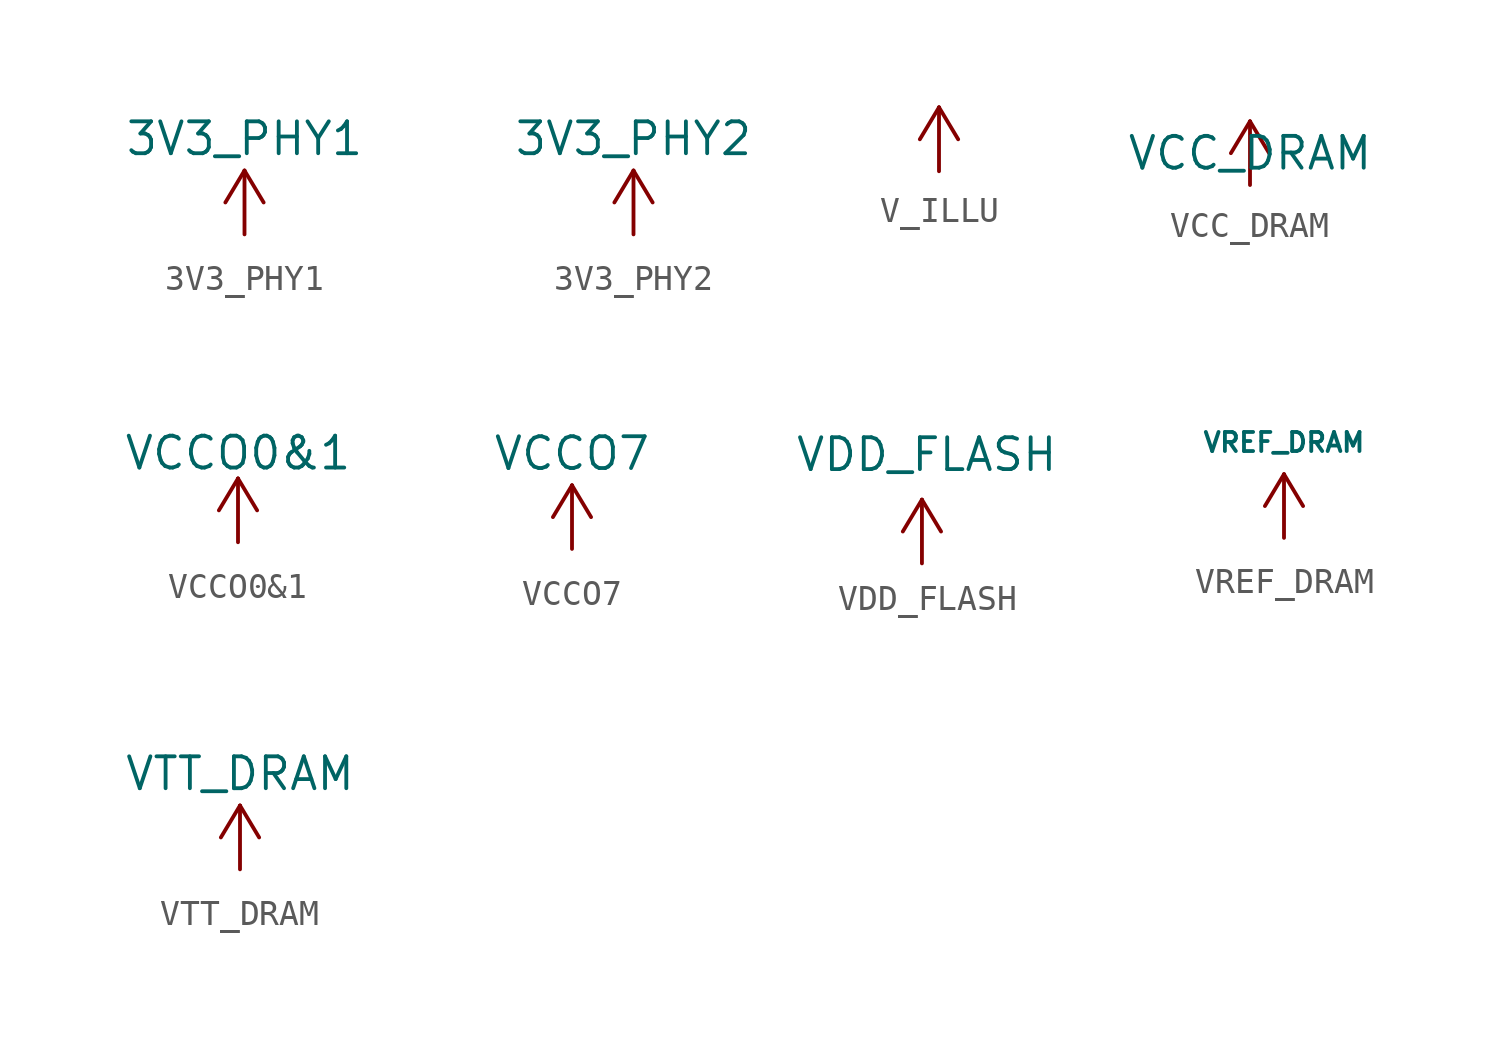
<source format=kicad_sym>
(kicad_symbol_lib
  (version 20211014)
  (generator kicad_symbol_editor)
  (symbol "3V3_PHY1"
    (power)
    (pin_names
      (offset 0))
    (property "Reference" "#PWR"
      (at 0 -7.366 0)
      (effects (font (size 1.27 1.27)) hide))
    (property "Value" "3V3_PHY1"
      (at 0 3.81 0)
      (effects (font (size 1.27 1.27))))
    (symbol "3V3_PHY1_0_1"
      (polyline (pts (xy -0.762 1.27) (xy 0 2.54)) (stroke (width 0) (type default) (color 0 0 0 0)) (fill (type none)))
      (polyline (pts (xy 0 0) (xy 0 2.54)) (stroke (width 0) (type default) (color 0 0 0 0)) (fill (type none)))
      (polyline (pts (xy 0 2.54) (xy 0.762 1.27)) (stroke (width 0) (type default) (color 0 0 0 0)) (fill (type none))))
    (symbol "3V3_PHY1_1_1"
      (pin power_in line (at 0 0 270) (length 0) hide (name "3V3_PHY1" (effects (font (size 1.27 1.27)))) (number "1" (effects (font (size 1.27 1.27)))))))
  (symbol "3V3_PHY2"
    (power)
    (pin_names
      (offset 0))
    (property "Reference" "#PWR"
      (at 0 -7.366 0)
      (effects (font (size 1.27 1.27)) hide))
    (property "Value" "3V3_PHY2"
      (at 0 3.81 0)
      (effects (font (size 1.27 1.27))))
    (symbol "3V3_PHY2_0_1"
      (polyline (pts (xy -0.762 1.27) (xy 0 2.54)) (stroke (width 0) (type default) (color 0 0 0 0)) (fill (type none)))
      (polyline (pts (xy 0 0) (xy 0 2.54)) (stroke (width 0) (type default) (color 0 0 0 0)) (fill (type none)))
      (polyline (pts (xy 0 2.54) (xy 0.762 1.27)) (stroke (width 0) (type default) (color 0 0 0 0)) (fill (type none))))
    (symbol "3V3_PHY2_1_1"
      (pin power_in line (at 0 0 270) (length 0) hide (name "3V3_PHY2" (effects (font (size 1.27 1.27)))) (number "1" (effects (font (size 1.27 1.27)))))))
  (symbol "V_ILLU"
    (power)
    (pin_names
      (offset 0))
    (property "Reference" "#PWR"
      (at 0 -3.81 0)
      (effects (font (size 1.27 1.27)) hide))
    (symbol "V_ILLU_0_1"
      (polyline (pts (xy -0.762 1.27) (xy 0 2.54)) (stroke (width 0) (type default) (color 0 0 0 0)) (fill (type none)))
      (polyline (pts (xy 0 0) (xy 0 2.54)) (stroke (width 0) (type default) (color 0 0 0 0)) (fill (type none)))
      (polyline (pts (xy 0 2.54) (xy 0.762 1.27)) (stroke (width 0) (type default) (color 0 0 0 0)) (fill (type none))))
    (symbol "V_ILLU_1_1"
      (pin unspecified line (at 0 0 90) (length 0) hide (name "V_ILLU" (effects (font (size 1.27 1.27)))) (number "1" (effects (font (size 1.27 1.27)))))))
  (symbol "VCC_DRAM"
    (power)
    (property "Reference" "#PWR?"
      (at 0.254 -0.254 0)
      (effects (font (size 1.27 1.27)) hide))
    (property "Value" "VCC_DRAM"
      (at 0 1.27 0)
      (effects (font (size 1.27 1.27))))
    (symbol "VCC_DRAM_0_0"
      (pin power_in line (at 0 0 0) (length 0) hide (name "VCC-DRAM" (effects (font (size 1.27 1.27)))) (number "" (effects (font (size 1.27 1.27))))))
    (symbol "VCC_DRAM_0_1"
      (polyline (pts (xy -0.762 1.27) (xy 0 2.54)) (stroke (width 0) (type default) (color 0 0 0 0)) (fill (type none)))
      (polyline (pts (xy 0 2.54) (xy 0.762 1.27)) (stroke (width 0) (type default) (color 0 0 0 0)) (fill (type none)))
      (pin power_out line (at 0 0 90) (length 2.54) (name "1V5" (effects (font (size 0 0)))) (number "" (effects (font (size 0 0)))))))
  (symbol "VCCO0&1"
    (power)
    (pin_names
      (offset 0))
    (property "Reference" "#PWR"
      (at 0 -7.112 0)
      (effects (font (size 1.27 1.27)) hide))
    (property "Value" "VCCO0&1"
      (at 0 3.556 0)
      (effects (font (size 1.27 1.27))))
    (symbol "VCCO0&1_0_1"
      (polyline (pts (xy -0.762 1.27) (xy 0 2.54)) (stroke (width 0) (type default) (color 0 0 0 0)) (fill (type none)))
      (polyline (pts (xy 0 0) (xy 0 2.54)) (stroke (width 0) (type default) (color 0 0 0 0)) (fill (type none)))
      (polyline (pts (xy 0 2.54) (xy 0.762 1.27)) (stroke (width 0) (type default) (color 0 0 0 0)) (fill (type none))))
    (symbol "VCCO0&1_1_1"
      (pin power_in line (at 0 0 90) (length 0) hide (name "VCCO0&1" (effects (font (size 1.27 1.27)))) (number "1" (effects (font (size 1.27 1.27)))))))
  (symbol "VCCO7"
    (power)
    (pin_names
      (offset 0))
    (property "Reference" "#PWR"
      (at 0 -7.366 0)
      (effects (font (size 1.27 1.27)) hide))
    (property "Value" "VCCO7"
      (at 0 3.81 0)
      (effects (font (size 1.27 1.27))))
    (symbol "VCCO7_0_1"
      (polyline (pts (xy -0.762 1.27) (xy 0 2.54)) (stroke (width 0) (type default) (color 0 0 0 0)) (fill (type none)))
      (polyline (pts (xy 0 0) (xy 0 2.54)) (stroke (width 0) (type default) (color 0 0 0 0)) (fill (type none)))
      (polyline (pts (xy 0 2.54) (xy 0.762 1.27)) (stroke (width 0) (type default) (color 0 0 0 0)) (fill (type none))))
    (symbol "VCCO7_1_1"
      (pin power_in line (at 0 0 270) (length 0) hide (name "VCCO7" (effects (font (size 1.27 1.27)))) (number "1" (effects (font (size 1.27 1.27)))))))
  (symbol "VDD_FLASH"
    (power)
    (pin_names
      (offset 0))
    (property "Reference" "#PWR"
      (at 0 -3.81 0)
      (effects (font (size 1.27 1.27)) hide))
    (property "Value" "VDD_FLASH"
      (at -5.08 5.08 0)
      (effects (font (size 1.27 1.27)) (justify left top)))
    (symbol "VDD_FLASH_0_1"
      (polyline (pts (xy -0.762 1.27) (xy 0 2.54)) (stroke (width 0) (type default) (color 0 0 0 0)) (fill (type none)))
      (polyline (pts (xy 0 0) (xy 0 2.54)) (stroke (width 0) (type default) (color 0 0 0 0)) (fill (type none)))
      (polyline (pts (xy 0 2.54) (xy 0.762 1.27)) (stroke (width 0) (type default) (color 0 0 0 0)) (fill (type none))))
    (symbol "VDD_FLASH_1_1"
      (pin free line (at 0 0 90) (length 0) hide (name "VDD_FLASH" (effects (font (size 1.27 1.27)))) (number "1" (effects (font (size 1.27 1.27)))))))
  (symbol "VREF_DRAM"
    (power)
    (pin_names
      (offset 1.016))
    (property "Reference" "#PWR"
      (at -0.508 -1.524 0)
      (effects (font (size 1.27 1.27)) hide))
    (property "Value" "VREF_DRAM"
      (at 0 1.27 0)
      (effects (font (size 0.762 0.762))))
    (symbol "VREF_DRAM_0_1"
      (polyline (pts (xy -0.762 -1.27) (xy 0 0)) (stroke (width 0) (type default) (color 0 0 0 0)) (fill (type none)))
      (polyline (pts (xy 0 0) (xy 0.762 -1.27)) (stroke (width 0) (type default) (color 0 0 0 0)) (fill (type none)))
      (pin power_out line (at 0 -2.54 90) (length 2.54) (name "0V75" (effects (font (size 0 0)))) (number "1" (effects (font (size 0 0)))))))
  (symbol "VTT_DRAM"
    (power)
    (property "Reference" "#PWR?"
      (at 0 0 0)
      (effects (font (size 1.27 1.27)) hide))
    (property "Value" "VTT_DRAM"
      (at 0 3.81 0)
      (effects (font (size 1.27 1.27))))
    (symbol "VTT_DRAM_0_0"
      (pin power_in line (at 0 0 0) (length 0) hide (name "VCC-DRAM" (effects (font (size 1.27 1.27)))) (number "" (effects (font (size 1.27 1.27))))))
    (symbol "VTT_DRAM_0_1"
      (polyline (pts (xy -0.762 1.27) (xy 0 2.54)) (stroke (width 0) (type default) (color 0 0 0 0)) (fill (type none)))
      (polyline (pts (xy 0 2.54) (xy 0.762 1.27)) (stroke (width 0) (type default) (color 0 0 0 0)) (fill (type none)))
      (pin power_out line (at 0 0 90) (length 2.54) (name "1V5" (effects (font (size 0 0)))) (number "" (effects (font (size 0 0))))))))
</source>
